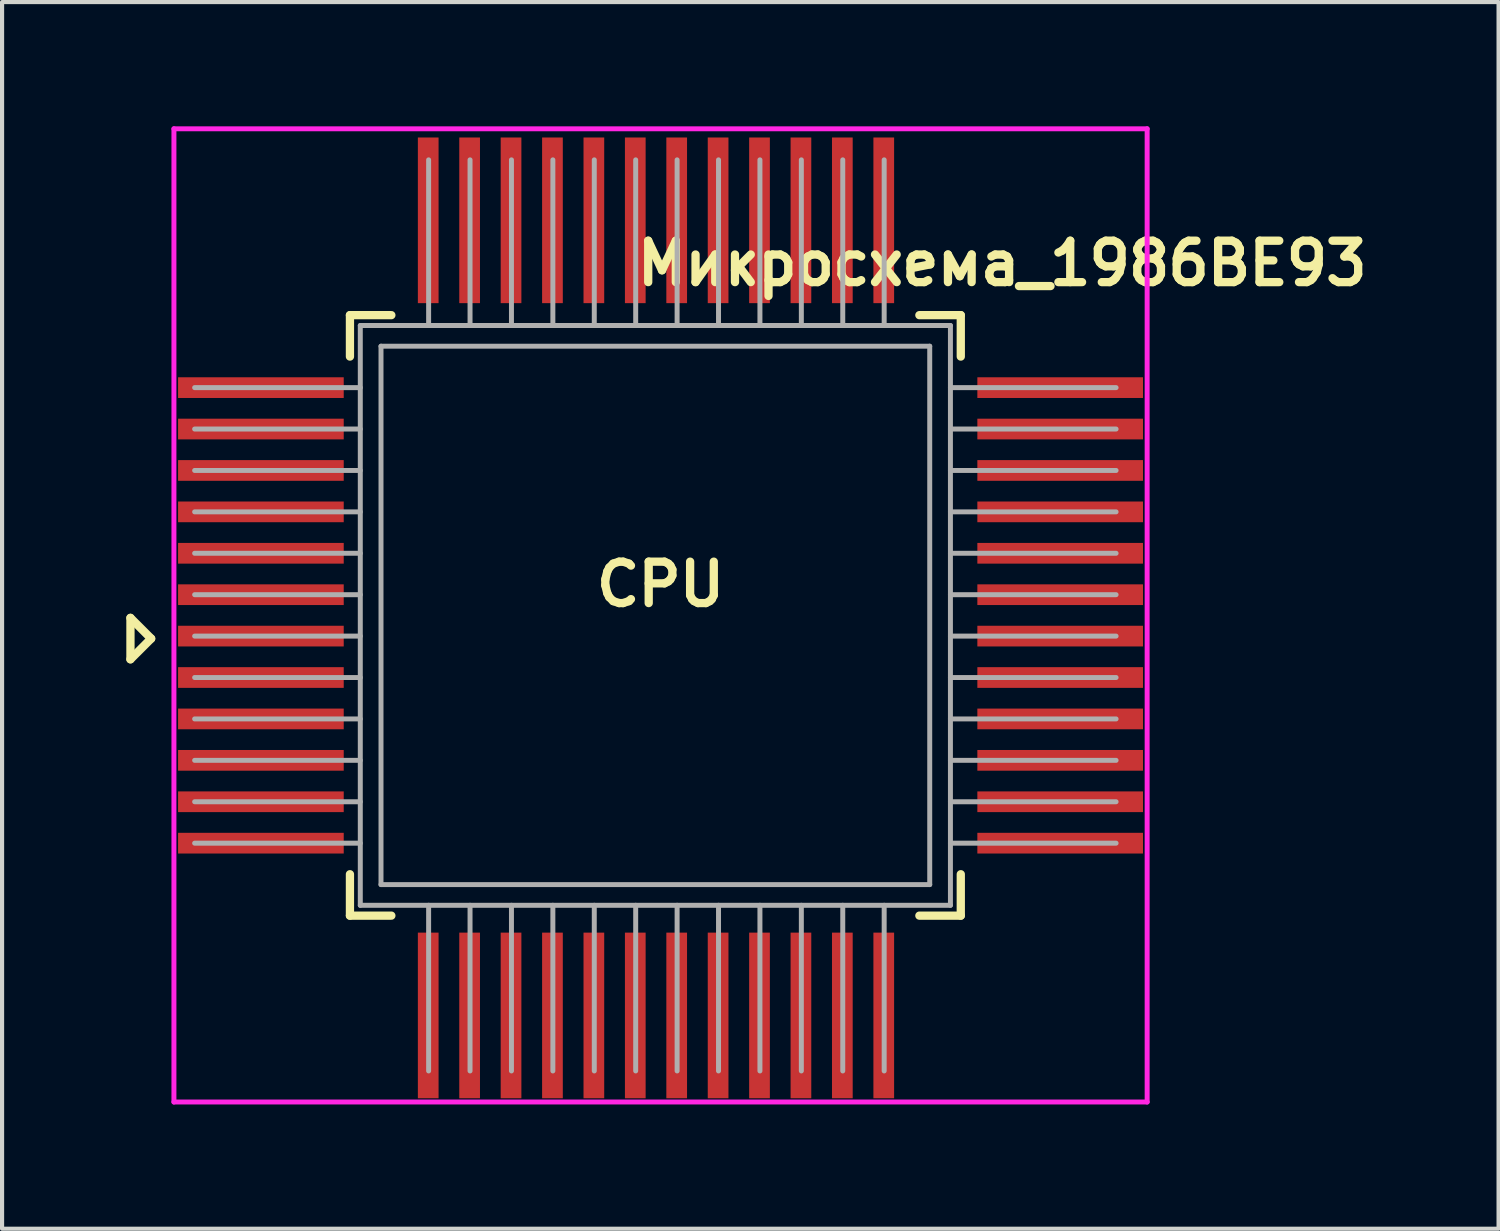
<source format=kicad_pcb>
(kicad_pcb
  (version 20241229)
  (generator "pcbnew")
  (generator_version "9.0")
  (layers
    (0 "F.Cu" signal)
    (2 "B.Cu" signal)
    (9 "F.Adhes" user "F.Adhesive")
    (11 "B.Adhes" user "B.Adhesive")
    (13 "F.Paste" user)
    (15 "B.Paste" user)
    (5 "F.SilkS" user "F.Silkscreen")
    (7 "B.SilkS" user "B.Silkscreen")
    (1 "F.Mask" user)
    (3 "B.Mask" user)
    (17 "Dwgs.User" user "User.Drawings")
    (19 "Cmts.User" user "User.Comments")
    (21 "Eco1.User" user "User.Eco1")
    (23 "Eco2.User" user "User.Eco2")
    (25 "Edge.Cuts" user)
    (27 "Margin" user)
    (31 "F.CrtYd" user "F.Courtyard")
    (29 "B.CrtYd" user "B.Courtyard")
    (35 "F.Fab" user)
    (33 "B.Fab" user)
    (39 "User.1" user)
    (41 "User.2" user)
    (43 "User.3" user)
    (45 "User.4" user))
  (footprint "Микросхема_1986BЕ93"
    (layer "F.Cu")
    (at 12.9 11.81)
    (property "Reference" "Микросхема_1986BЕ93" (at 8.25 -8.5 0) (layer "F.SilkS") (effects (font (size 1 1) (thickness 0.2))))
    (attr through_hole)
    (fp_line (start -12.8 0.06) (end -12.8 1.06) (stroke (width 0.2) (type solid)) (layer "F.SilkS"))
    (fp_line (start -12.8 1.06) (end -12.3 0.56) (stroke (width 0.2) (type solid)) (layer "F.SilkS"))
    (fp_line (start -12.3 0.56) (end -12.8 0.06) (stroke (width 0.2) (type solid)) (layer "F.SilkS"))
    (fp_line (start -7.5 -7.25) (end -7.5 -6.25) (stroke (width 0.2) (type solid)) (layer "F.SilkS"))
    (fp_line (start -7.5 -7.25) (end -6.5 -7.25) (stroke (width 0.2) (type solid)) (layer "F.SilkS"))
    (fp_line (start -7.5 7.25) (end -7.5 6.25) (stroke (width 0.2) (type solid)) (layer "F.SilkS"))
    (fp_line (start -7.5 7.25) (end -6.5 7.25) (stroke (width 0.2) (type solid)) (layer "F.SilkS"))
    (fp_line (start 7.25 -7.25) (end 6.25 -7.25) (stroke (width 0.2) (type solid)) (layer "F.SilkS"))
    (fp_line (start 7.25 -7.25) (end 7.25 -6.25) (stroke (width 0.2) (type solid)) (layer "F.SilkS"))
    (fp_line (start 7.25 7.25) (end 6.25 7.25) (stroke (width 0.2) (type solid)) (layer "F.SilkS"))
    (fp_line (start 7.25 7.25) (end 7.25 6.25) (stroke (width 0.2) (type solid)) (layer "F.SilkS"))
    (fp_line (start -11.75 -11.75) (end -11.75 11.75) (stroke (width 0.12) (type solid)) (layer "F.CrtYd"))
    (fp_line (start -11.75 11.75) (end 11.75 11.75) (stroke (width 0.12) (type solid)) (layer "F.CrtYd"))
    (fp_line (start 11.75 -11.75) (end -11.75 -11.75) (stroke (width 0.12) (type solid)) (layer "F.CrtYd"))
    (fp_line (start 11.75 11.75) (end 11.75 -11.75) (stroke (width 0.12) (type solid)) (layer "F.CrtYd"))
    (fp_line (start -7.25 -7) (end 7 -7) (stroke (width 0.12) (type solid)) (layer "F.Fab"))
    (fp_line (start -7.25 -5.5) (end -11.25 -5.5) (stroke (width 0.12) (type solid)) (layer "F.Fab"))
    (fp_line (start -7.25 -4.5) (end -11.25 -4.5) (stroke (width 0.12) (type solid)) (layer "F.Fab"))
    (fp_line (start -7.25 -3.5) (end -11.25 -3.5) (stroke (width 0.12) (type solid)) (layer "F.Fab"))
    (fp_line (start -7.25 -2.5) (end -11.25 -2.5) (stroke (width 0.12) (type solid)) (layer "F.Fab"))
    (fp_line (start -7.25 -1.5) (end -11.25 -1.5) (stroke (width 0.12) (type solid)) (layer "F.Fab"))
    (fp_line (start -7.25 -0.5) (end -11.25 -0.5) (stroke (width 0.12) (type solid)) (layer "F.Fab"))
    (fp_line (start -7.25 0.5) (end -11.25 0.5) (stroke (width 0.12) (type solid)) (layer "F.Fab"))
    (fp_line (start -7.25 1.5) (end -11.25 1.5) (stroke (width 0.12) (type solid)) (layer "F.Fab"))
    (fp_line (start -7.25 2.5) (end -11.25 2.5) (stroke (width 0.12) (type solid)) (layer "F.Fab"))
    (fp_line (start -7.25 3.5) (end -11.25 3.5) (stroke (width 0.12) (type solid)) (layer "F.Fab"))
    (fp_line (start -7.25 4.5) (end -11.25 4.5) (stroke (width 0.12) (type solid)) (layer "F.Fab"))
    (fp_line (start -7.25 5.5) (end -11.25 5.5) (stroke (width 0.12) (type solid)) (layer "F.Fab"))
    (fp_line (start -7.25 7) (end -7.25 -7) (stroke (width 0.12) (type solid)) (layer "F.Fab"))
    (fp_line (start -6.75 -6.5) (end 6.5 -6.5) (stroke (width 0.12) (type solid)) (layer "F.Fab"))
    (fp_line (start -6.75 6.5) (end -6.75 -6.5) (stroke (width 0.12) (type solid)) (layer "F.Fab"))
    (fp_line (start -5.6 -7) (end -5.6 -11) (stroke (width 0.12) (type solid)) (layer "F.Fab"))
    (fp_line (start -5.6 7) (end -5.6 11) (stroke (width 0.12) (type solid)) (layer "F.Fab"))
    (fp_line (start -4.6 -7) (end -4.6 -11) (stroke (width 0.12) (type solid)) (layer "F.Fab"))
    (fp_line (start -4.6 7) (end -4.6 11) (stroke (width 0.12) (type solid)) (layer "F.Fab"))
    (fp_line (start -3.6 -7) (end -3.6 -11) (stroke (width 0.12) (type solid)) (layer "F.Fab"))
    (fp_line (start -3.6 7) (end -3.6 11) (stroke (width 0.12) (type solid)) (layer "F.Fab"))
    (fp_line (start -2.6 -7) (end -2.6 -11) (stroke (width 0.12) (type solid)) (layer "F.Fab"))
    (fp_line (start -2.6 7) (end -2.6 11) (stroke (width 0.12) (type solid)) (layer "F.Fab"))
    (fp_line (start -1.6 -7) (end -1.6 -11) (stroke (width 0.12) (type solid)) (layer "F.Fab"))
    (fp_line (start -1.6 7) (end -1.6 11) (stroke (width 0.12) (type solid)) (layer "F.Fab"))
    (fp_line (start -0.6 -7) (end -0.6 -11) (stroke (width 0.12) (type solid)) (layer "F.Fab"))
    (fp_line (start -0.6 7) (end -0.6 11) (stroke (width 0.12) (type solid)) (layer "F.Fab"))
    (fp_line (start 0.4 -7) (end 0.4 -11) (stroke (width 0.12) (type solid)) (layer "F.Fab"))
    (fp_line (start 0.4 7) (end 0.4 11) (stroke (width 0.12) (type solid)) (layer "F.Fab"))
    (fp_line (start 1.4 -7) (end 1.4 -11) (stroke (width 0.12) (type solid)) (layer "F.Fab"))
    (fp_line (start 1.4 7) (end 1.4 11) (stroke (width 0.12) (type solid)) (layer "F.Fab"))
    (fp_line (start 2.4 -7) (end 2.4 -11) (stroke (width 0.12) (type solid)) (layer "F.Fab"))
    (fp_line (start 2.4 7) (end 2.4 11) (stroke (width 0.12) (type solid)) (layer "F.Fab"))
    (fp_line (start 3.4 -7) (end 3.4 -11) (stroke (width 0.12) (type solid)) (layer "F.Fab"))
    (fp_line (start 3.4 7) (end 3.4 11) (stroke (width 0.12) (type solid)) (layer "F.Fab"))
    (fp_line (start 4.4 -7) (end 4.4 -11) (stroke (width 0.12) (type solid)) (layer "F.Fab"))
    (fp_line (start 4.4 7) (end 4.4 11) (stroke (width 0.12) (type solid)) (layer "F.Fab"))
    (fp_line (start 5.4 -7) (end 5.4 -11) (stroke (width 0.12) (type solid)) (layer "F.Fab"))
    (fp_line (start 5.4 7) (end 5.4 11) (stroke (width 0.12) (type solid)) (layer "F.Fab"))
    (fp_line (start 6.5 -6.5) (end 6.5 6.5) (stroke (width 0.12) (type solid)) (layer "F.Fab"))
    (fp_line (start 6.5 6.5) (end -6.75 6.5) (stroke (width 0.12) (type solid)) (layer "F.Fab"))
    (fp_line (start 7 -7) (end 7 7) (stroke (width 0.12) (type solid)) (layer "F.Fab"))
    (fp_line (start 7 -5.5) (end 11 -5.5) (stroke (width 0.12) (type solid)) (layer "F.Fab"))
    (fp_line (start 7 -4.5) (end 11 -4.5) (stroke (width 0.12) (type solid)) (layer "F.Fab"))
    (fp_line (start 7 -3.5) (end 11 -3.5) (stroke (width 0.12) (type solid)) (layer "F.Fab"))
    (fp_line (start 7 -2.5) (end 11 -2.5) (stroke (width 0.12) (type solid)) (layer "F.Fab"))
    (fp_line (start 7 -1.5) (end 11 -1.5) (stroke (width 0.12) (type solid)) (layer "F.Fab"))
    (fp_line (start 7 -0.5) (end 11 -0.5) (stroke (width 0.12) (type solid)) (layer "F.Fab"))
    (fp_line (start 7 0.5) (end 11 0.5) (stroke (width 0.12) (type solid)) (layer "F.Fab"))
    (fp_line (start 7 1.5) (end 11 1.5) (stroke (width 0.12) (type solid)) (layer "F.Fab"))
    (fp_line (start 7 2.5) (end 11 2.5) (stroke (width 0.12) (type solid)) (layer "F.Fab"))
    (fp_line (start 7 3.5) (end 11 3.5) (stroke (width 0.12) (type solid)) (layer "F.Fab"))
    (fp_line (start 7 4.5) (end 11 4.5) (stroke (width 0.12) (type solid)) (layer "F.Fab"))
    (fp_line (start 7 5.5) (end 11 5.5) (stroke (width 0.12) (type solid)) (layer "F.Fab"))
    (fp_line (start 7 7) (end -7.25 7) (stroke (width 0.12) (type solid)) (layer "F.Fab"))
    (fp_text user "CPU" (at 0 -0.75 0) (layer "F.SilkS") (effects (font (size 1 1) (thickness 0.2))))
    (pad "1" smd rect (at -9.65 0.5) (size 4 0.5) (layers "F.Cu" "F.Mask" "F.Paste"))
    (pad "2" smd rect (at -9.65 1.5) (size 4 0.5) (layers "F.Cu" "F.Mask" "F.Paste"))
    (pad "3" smd rect (at -9.65 2.5) (size 4 0.5) (layers "F.Cu" "F.Mask" "F.Paste"))
    (pad "4" smd rect (at -9.65 3.5) (size 4 0.5) (layers "F.Cu" "F.Mask" "F.Paste"))
    (pad "5" smd rect (at -9.65 4.5) (size 4 0.5) (layers "F.Cu" "F.Mask" "F.Paste"))
    (pad "6" smd rect (at -9.65 5.5) (size 4 0.5) (layers "F.Cu" "F.Mask" "F.Paste"))
    (pad "7" smd rect (at -5.61 9.66) (size 0.5 4) (layers "F.Cu" "F.Mask" "F.Paste"))
    (pad "8" smd rect (at -4.61 9.66) (size 0.5 4) (layers "F.Cu" "F.Mask" "F.Paste"))
    (pad "9" smd rect (at -3.61 9.66) (size 0.5 4) (layers "F.Cu" "F.Mask" "F.Paste"))
    (pad "10" smd rect (at -2.61 9.66) (size 0.5 4) (layers "F.Cu" "F.Mask" "F.Paste"))
    (pad "11" smd rect (at -1.61 9.66) (size 0.5 4) (layers "F.Cu" "F.Mask" "F.Paste"))
    (pad "12" smd rect (at -0.61 9.66) (size 0.5 4) (layers "F.Cu" "F.Mask" "F.Paste"))
    (pad "13" smd rect (at 0.39 9.66) (size 0.5 4) (layers "F.Cu" "F.Mask" "F.Paste"))
    (pad "14" smd rect (at 1.39 9.66) (size 0.5 4) (layers "F.Cu" "F.Mask" "F.Paste"))
    (pad "15" smd rect (at 2.39 9.66) (size 0.5 4) (layers "F.Cu" "F.Mask" "F.Paste"))
    (pad "16" smd rect (at 3.39 9.66) (size 0.5 4) (layers "F.Cu" "F.Mask" "F.Paste"))
    (pad "17" smd rect (at 4.39 9.66) (size 0.5 4) (layers "F.Cu" "F.Mask" "F.Paste"))
    (pad "18" smd rect (at 5.39 9.66) (size 0.5 4) (layers "F.Cu" "F.Mask" "F.Paste"))
    (pad "19" smd rect (at 9.65 5.5) (size 4 0.5) (layers "F.Cu" "F.Mask" "F.Paste"))
    (pad "20" smd rect (at 9.65 4.5) (size 4 0.5) (layers "F.Cu" "F.Mask" "F.Paste"))
    (pad "21" smd rect (at 9.65 3.5) (size 4 0.5) (layers "F.Cu" "F.Mask" "F.Paste"))
    (pad "22" smd rect (at 9.65 2.5) (size 4 0.5) (layers "F.Cu" "F.Mask" "F.Paste"))
    (pad "23" smd rect (at 9.65 1.5) (size 4 0.5) (layers "F.Cu" "F.Mask" "F.Paste"))
    (pad "24" smd rect (at 9.65 0.5) (size 4 0.5) (layers "F.Cu" "F.Mask" "F.Paste"))
    (pad "25" smd rect (at 9.65 -0.5) (size 4 0.5) (layers "F.Cu" "F.Mask" "F.Paste"))
    (pad "26" smd rect (at 9.65 -1.5) (size 4 0.5) (layers "F.Cu" "F.Mask" "F.Paste"))
    (pad "27" smd rect (at 9.65 -2.5) (size 4 0.5) (layers "F.Cu" "F.Mask" "F.Paste"))
    (pad "28" smd rect (at 9.65 -3.5) (size 4 0.5) (layers "F.Cu" "F.Mask" "F.Paste"))
    (pad "29" smd rect (at 9.65 -4.5) (size 4 0.5) (layers "F.Cu" "F.Mask" "F.Paste"))
    (pad "30" smd rect (at 9.65 -5.5) (size 4 0.5) (layers "F.Cu" "F.Mask" "F.Paste"))
    (pad "31" smd rect (at 5.39 -9.54) (size 0.5 4) (layers "F.Cu" "F.Mask" "F.Paste"))
    (pad "32" smd rect (at 4.39 -9.54) (size 0.5 4) (layers "F.Cu" "F.Mask" "F.Paste"))
    (pad "33" smd rect (at 3.39 -9.54) (size 0.5 4) (layers "F.Cu" "F.Mask" "F.Paste"))
    (pad "34" smd rect (at 2.39 -9.54) (size 0.5 4) (layers "F.Cu" "F.Mask" "F.Paste"))
    (pad "35" smd rect (at 1.39 -9.54) (size 0.5 4) (layers "F.Cu" "F.Mask" "F.Paste"))
    (pad "36" smd rect (at 0.39 -9.54) (size 0.5 4) (layers "F.Cu" "F.Mask" "F.Paste"))
    (pad "37" smd rect (at -0.61 -9.54) (size 0.5 4) (layers "F.Cu" "F.Mask" "F.Paste"))
    (pad "38" smd rect (at -1.61 -9.54) (size 0.5 4) (layers "F.Cu" "F.Mask" "F.Paste"))
    (pad "39" smd rect (at -2.61 -9.54) (size 0.5 4) (layers "F.Cu" "F.Mask" "F.Paste"))
    (pad "40" smd rect (at -3.61 -9.54) (size 0.5 4) (layers "F.Cu" "F.Mask" "F.Paste"))
    (pad "41" smd rect (at -4.61 -9.54) (size 0.5 4) (layers "F.Cu" "F.Mask" "F.Paste"))
    (pad "42" smd rect (at -5.61 -9.54) (size 0.5 4) (layers "F.Cu" "F.Mask" "F.Paste"))
    (pad "43" smd rect (at -9.65 -5.5) (size 4 0.5) (layers "F.Cu" "F.Mask" "F.Paste"))
    (pad "44" smd rect (at -9.65 -4.5) (size 4 0.5) (layers "F.Cu" "F.Mask" "F.Paste"))
    (pad "45" smd rect (at -9.65 -3.5) (size 4 0.5) (layers "F.Cu" "F.Mask" "F.Paste"))
    (pad "46" smd rect (at -9.65 -2.5) (size 4 0.5) (layers "F.Cu" "F.Mask" "F.Paste"))
    (pad "47" smd rect (at -9.65 -1.5) (size 4 0.5) (layers "F.Cu" "F.Mask" "F.Paste"))
    (pad "48" smd rect (at -9.65 -0.5) (size 4 0.5) (layers "F.Cu" "F.Mask" "F.Paste")))
  (gr_rect
    (start -3 -3)
    (end 33.136 26.62)
    (stroke (width 0.1) (type default))
    (fill no)
    (layer "Edge.Cuts")))
</source>
